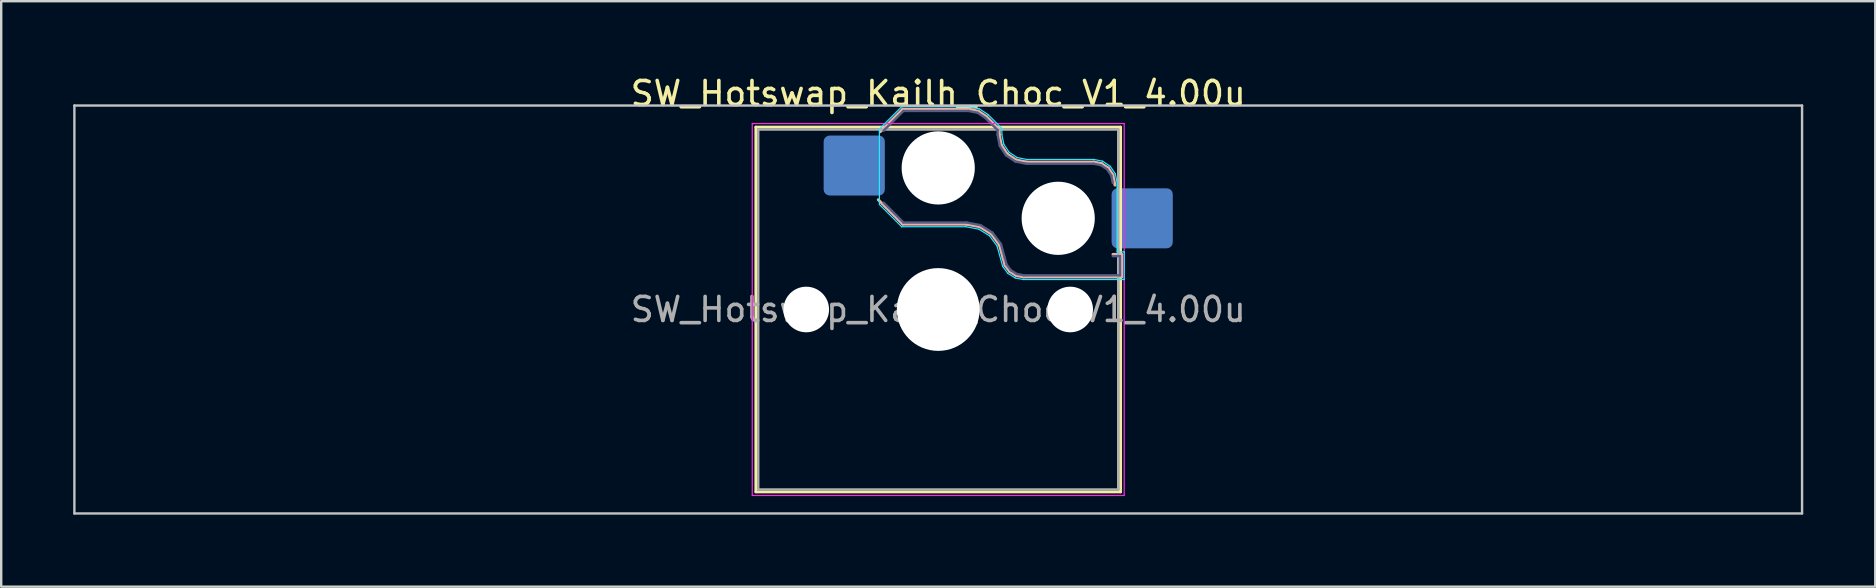
<source format=kicad_pcb>
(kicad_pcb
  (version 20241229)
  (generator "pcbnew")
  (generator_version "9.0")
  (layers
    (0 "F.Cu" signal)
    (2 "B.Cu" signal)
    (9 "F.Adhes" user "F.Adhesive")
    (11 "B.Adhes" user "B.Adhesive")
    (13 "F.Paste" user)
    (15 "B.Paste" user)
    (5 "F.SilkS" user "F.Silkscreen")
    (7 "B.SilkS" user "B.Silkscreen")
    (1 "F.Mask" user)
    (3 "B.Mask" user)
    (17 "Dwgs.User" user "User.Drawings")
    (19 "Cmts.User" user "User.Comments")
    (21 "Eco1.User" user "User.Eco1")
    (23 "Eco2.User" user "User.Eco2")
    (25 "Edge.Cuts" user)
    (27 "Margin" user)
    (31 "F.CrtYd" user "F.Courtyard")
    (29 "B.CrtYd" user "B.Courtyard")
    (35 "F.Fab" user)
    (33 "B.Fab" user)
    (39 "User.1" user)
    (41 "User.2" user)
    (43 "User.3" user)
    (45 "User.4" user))
  (footprint "SW_Hotswap_Kailh_Choc_V1_4.00u"
    (layer "F.Cu")
    (at 36.05 9.848)
    (property "Reference" "SW_Hotswap_Kailh_Choc_V1_4.00u" (at 0 -9 0) (layer "F.SilkS") (effects (font (size 1 1) (thickness 0.15))))
    (attr smd)
    (fp_line (start -7.6 -7.6) (end -7.6 7.6) (stroke (width 0.12) (type solid)) (layer "F.SilkS"))
    (fp_line (start -7.6 7.6) (end 7.6 7.6) (stroke (width 0.12) (type solid)) (layer "F.SilkS"))
    (fp_line (start 7.6 -7.6) (end -7.6 -7.6) (stroke (width 0.12) (type solid)) (layer "F.SilkS"))
    (fp_line (start 7.6 7.6) (end 7.6 -7.6) (stroke (width 0.12) (type solid)) (layer "F.SilkS"))
    (fp_line (start -2.416 -7.409) (end -1.479 -8.346) (stroke (width 0.12) (type solid)) (layer "B.SilkS"))
    (fp_line (start -1.479 -8.346) (end 1.268 -8.346) (stroke (width 0.12) (type solid)) (layer "B.SilkS"))
    (fp_line (start -1.479 -3.554) (end -2.5 -4.575) (stroke (width 0.12) (type solid)) (layer "B.SilkS"))
    (fp_line (start 1.168 -3.554) (end -1.479 -3.554) (stroke (width 0.12) (type solid)) (layer "B.SilkS"))
    (fp_line (start 1.268 -8.346) (end 1.671 -8.266) (stroke (width 0.12) (type solid)) (layer "B.SilkS"))
    (fp_line (start 1.671 -8.266) (end 2.013 -8.037) (stroke (width 0.12) (type solid)) (layer "B.SilkS"))
    (fp_line (start 1.73 -3.449) (end 1.168 -3.554) (stroke (width 0.12) (type solid)) (layer "B.SilkS"))
    (fp_line (start 2.013 -8.037) (end 2.546 -7.504) (stroke (width 0.12) (type solid)) (layer "B.SilkS"))
    (fp_line (start 2.209 -3.15) (end 1.73 -3.449) (stroke (width 0.12) (type solid)) (layer "B.SilkS"))
    (fp_line (start 2.546 -7.504) (end 2.546 -7.282) (stroke (width 0.12) (type solid)) (layer "B.SilkS"))
    (fp_line (start 2.546 -7.282) (end 2.633 -6.844) (stroke (width 0.12) (type solid)) (layer "B.SilkS"))
    (fp_line (start 2.547 -2.697) (end 2.209 -3.15) (stroke (width 0.12) (type solid)) (layer "B.SilkS"))
    (fp_line (start 2.633 -6.844) (end 2.877 -6.477) (stroke (width 0.12) (type solid)) (layer "B.SilkS"))
    (fp_line (start 2.701 -2.139) (end 2.547 -2.697) (stroke (width 0.12) (type solid)) (layer "B.SilkS"))
    (fp_line (start 2.783 -1.841) (end 2.701 -2.139) (stroke (width 0.12) (type solid)) (layer "B.SilkS"))
    (fp_line (start 2.877 -6.477) (end 3.244 -6.233) (stroke (width 0.12) (type solid)) (layer "B.SilkS"))
    (fp_line (start 2.976 -1.583) (end 2.783 -1.841) (stroke (width 0.12) (type solid)) (layer "B.SilkS"))
    (fp_line (start 3.244 -6.233) (end 3.682 -6.146) (stroke (width 0.12) (type solid)) (layer "B.SilkS"))
    (fp_line (start 3.25 -1.413) (end 2.976 -1.583) (stroke (width 0.12) (type solid)) (layer "B.SilkS"))
    (fp_line (start 3.56 -1.354) (end 3.25 -1.413) (stroke (width 0.12) (type solid)) (layer "B.SilkS"))
    (fp_line (start 3.682 -6.146) (end 6.482 -6.146) (stroke (width 0.12) (type solid)) (layer "B.SilkS"))
    (fp_line (start 6.482 -6.146) (end 6.809 -6.081) (stroke (width 0.12) (type solid)) (layer "B.SilkS"))
    (fp_line (start 6.809 -6.081) (end 7.092 -5.892) (stroke (width 0.12) (type solid)) (layer "B.SilkS"))
    (fp_line (start 7.092 -5.892) (end 7.281 -5.609) (stroke (width 0.12) (type solid)) (layer "B.SilkS"))
    (fp_line (start 7.281 -5.609) (end 7.366 -5.182) (stroke (width 0.12) (type solid)) (layer "B.SilkS"))
    (fp_line (start 7.283 -2.296) (end 7.646 -2.296) (stroke (width 0.12) (type solid)) (layer "B.SilkS"))
    (fp_line (start 7.646 -2.296) (end 7.646 -1.354) (stroke (width 0.12) (type solid)) (layer "B.SilkS"))
    (fp_line (start 7.646 -1.354) (end 3.56 -1.354) (stroke (width 0.12) (type solid)) (layer "B.SilkS"))
    (fp_line (start -36 -8.5) (end -36 8.5) (stroke (width 0.1) (type solid)) (layer "Dwgs.User"))
    (fp_line (start -36 8.5) (end 36 8.5) (stroke (width 0.1) (type solid)) (layer "Dwgs.User"))
    (fp_line (start 36 -8.5) (end -36 -8.5) (stroke (width 0.1) (type solid)) (layer "Dwgs.User"))
    (fp_line (start 36 8.5) (end 36 -8.5) (stroke (width 0.1) (type solid)) (layer "Dwgs.User"))
    (fp_line (start -7.25 -7.25) (end -7.25 7.25) (stroke (width 0.1) (type solid)) (layer "Eco1.User"))
    (fp_line (start -7.25 7.25) (end 7.25 7.25) (stroke (width 0.1) (type solid)) (layer "Eco1.User"))
    (fp_line (start 7.25 -7.25) (end -7.25 -7.25) (stroke (width 0.1) (type solid)) (layer "Eco1.User"))
    (fp_line (start 7.25 7.25) (end 7.25 -7.25) (stroke (width 0.1) (type solid)) (layer "Eco1.User"))
    (fp_line (start -2.452 -7.523) (end -1.523 -8.452) (stroke (width 0.05) (type solid)) (layer "B.CrtYd"))
    (fp_line (start -2.452 -4.377) (end -2.452 -7.523) (stroke (width 0.05) (type solid)) (layer "B.CrtYd"))
    (fp_line (start -1.523 -8.452) (end 1.278 -8.452) (stroke (width 0.05) (type solid)) (layer "B.CrtYd"))
    (fp_line (start -1.523 -3.448) (end -2.452 -4.377) (stroke (width 0.05) (type solid)) (layer "B.CrtYd"))
    (fp_line (start 1.159 -3.448) (end -1.523 -3.448) (stroke (width 0.05) (type solid)) (layer "B.CrtYd"))
    (fp_line (start 1.278 -8.452) (end 1.712 -8.366) (stroke (width 0.05) (type solid)) (layer "B.CrtYd"))
    (fp_line (start 1.691 -3.348) (end 1.159 -3.448) (stroke (width 0.05) (type solid)) (layer "B.CrtYd"))
    (fp_line (start 1.712 -8.366) (end 2.081 -8.119) (stroke (width 0.05) (type solid)) (layer "B.CrtYd"))
    (fp_line (start 2.081 -8.119) (end 2.652 -7.548) (stroke (width 0.05) (type solid)) (layer "B.CrtYd"))
    (fp_line (start 2.136 -3.071) (end 1.691 -3.348) (stroke (width 0.05) (type solid)) (layer "B.CrtYd"))
    (fp_line (start 2.45 -2.65) (end 2.136 -3.071) (stroke (width 0.05) (type solid)) (layer "B.CrtYd"))
    (fp_line (start 2.599 -2.111) (end 2.45 -2.65) (stroke (width 0.05) (type solid)) (layer "B.CrtYd"))
    (fp_line (start 2.652 -7.548) (end 2.652 -7.292) (stroke (width 0.05) (type solid)) (layer "B.CrtYd"))
    (fp_line (start 2.652 -7.292) (end 2.733 -6.885) (stroke (width 0.05) (type solid)) (layer "B.CrtYd"))
    (fp_line (start 2.687 -1.794) (end 2.599 -2.111) (stroke (width 0.05) (type solid)) (layer "B.CrtYd"))
    (fp_line (start 2.733 -6.885) (end 2.953 -6.553) (stroke (width 0.05) (type solid)) (layer "B.CrtYd"))
    (fp_line (start 2.903 -1.503) (end 2.687 -1.794) (stroke (width 0.05) (type solid)) (layer "B.CrtYd"))
    (fp_line (start 2.953 -6.553) (end 3.285 -6.333) (stroke (width 0.05) (type solid)) (layer "B.CrtYd"))
    (fp_line (start 3.211 -1.312) (end 2.903 -1.503) (stroke (width 0.05) (type solid)) (layer "B.CrtYd"))
    (fp_line (start 3.285 -6.333) (end 3.692 -6.252) (stroke (width 0.05) (type solid)) (layer "B.CrtYd"))
    (fp_line (start 3.55 -1.248) (end 3.211 -1.312) (stroke (width 0.05) (type solid)) (layer "B.CrtYd"))
    (fp_line (start 3.692 -6.252) (end 6.492 -6.252) (stroke (width 0.05) (type solid)) (layer "B.CrtYd"))
    (fp_line (start 6.492 -6.252) (end 6.85 -6.181) (stroke (width 0.05) (type solid)) (layer "B.CrtYd"))
    (fp_line (start 6.85 -6.181) (end 7.168 -5.968) (stroke (width 0.05) (type solid)) (layer "B.CrtYd"))
    (fp_line (start 7.168 -5.968) (end 7.381 -5.65) (stroke (width 0.05) (type solid)) (layer "B.CrtYd"))
    (fp_line (start 7.381 -5.65) (end 7.452 -5.292) (stroke (width 0.05) (type solid)) (layer "B.CrtYd"))
    (fp_line (start 7.452 -5.292) (end 7.452 -2.402) (stroke (width 0.05) (type solid)) (layer "B.CrtYd"))
    (fp_line (start 7.452 -2.402) (end 7.752 -2.402) (stroke (width 0.05) (type solid)) (layer "B.CrtYd"))
    (fp_line (start 7.752 -2.402) (end 7.752 -1.248) (stroke (width 0.05) (type solid)) (layer "B.CrtYd"))
    (fp_line (start 7.752 -1.248) (end 3.55 -1.248) (stroke (width 0.05) (type solid)) (layer "B.CrtYd"))
    (fp_line (start -7.75 -7.75) (end -7.75 7.75) (stroke (width 0.05) (type solid)) (layer "F.CrtYd"))
    (fp_line (start -7.75 7.75) (end 7.75 7.75) (stroke (width 0.05) (type solid)) (layer "F.CrtYd"))
    (fp_line (start 7.75 -7.75) (end -7.75 -7.75) (stroke (width 0.05) (type solid)) (layer "F.CrtYd"))
    (fp_line (start 7.75 7.75) (end 7.75 -7.75) (stroke (width 0.05) (type solid)) (layer "F.CrtYd"))
    (fp_line (start -2.275 -7.45) (end -1.45 -8.275) (stroke (width 0.1) (type solid)) (layer "B.Fab"))
    (fp_line (start -1.45 -8.275) (end 1.261 -8.275) (stroke (width 0.1) (type solid)) (layer "B.Fab"))
    (fp_line (start -1.45 -3.625) (end -2.275 -4.45) (stroke (width 0.1) (type solid)) (layer "B.Fab"))
    (fp_line (start 1.175 -3.625) (end -1.45 -3.625) (stroke (width 0.1) (type solid)) (layer "B.Fab"))
    (fp_line (start 1.261 -8.275) (end 1.643 -8.199) (stroke (width 0.1) (type solid)) (layer "B.Fab"))
    (fp_line (start 1.643 -8.199) (end 1.968 -7.982) (stroke (width 0.1) (type solid)) (layer "B.Fab"))
    (fp_line (start 1.756 -3.516) (end 1.175 -3.625) (stroke (width 0.1) (type solid)) (layer "B.Fab"))
    (fp_line (start 1.968 -7.982) (end 2.475 -7.475) (stroke (width 0.1) (type solid)) (layer "B.Fab"))
    (fp_line (start 2.258 -3.203) (end 1.756 -3.516) (stroke (width 0.1) (type solid)) (layer "B.Fab"))
    (fp_line (start 2.475 -7.475) (end 2.475 -7.275) (stroke (width 0.1) (type solid)) (layer "B.Fab"))
    (fp_line (start 2.475 -7.275) (end 2.566 -6.816) (stroke (width 0.1) (type solid)) (layer "B.Fab"))
    (fp_line (start 2.566 -6.816) (end 2.826 -6.426) (stroke (width 0.1) (type solid)) (layer "B.Fab"))
    (fp_line (start 2.612 -2.729) (end 2.258 -3.203) (stroke (width 0.1) (type solid)) (layer "B.Fab"))
    (fp_line (start 2.769 -2.158) (end 2.612 -2.729) (stroke (width 0.1) (type solid)) (layer "B.Fab"))
    (fp_line (start 2.826 -6.426) (end 3.216 -6.166) (stroke (width 0.1) (type solid)) (layer "B.Fab"))
    (fp_line (start 2.848 -1.873) (end 2.769 -2.158) (stroke (width 0.1) (type solid)) (layer "B.Fab"))
    (fp_line (start 3.025 -1.636) (end 2.848 -1.873) (stroke (width 0.1) (type solid)) (layer "B.Fab"))
    (fp_line (start 3.216 -6.166) (end 3.675 -6.075) (stroke (width 0.1) (type solid)) (layer "B.Fab"))
    (fp_line (start 3.276 -1.48) (end 3.025 -1.636) (stroke (width 0.1) (type solid)) (layer "B.Fab"))
    (fp_line (start 3.567 -1.425) (end 3.276 -1.48) (stroke (width 0.1) (type solid)) (layer "B.Fab"))
    (fp_line (start 3.675 -6.075) (end 6.475 -6.075) (stroke (width 0.1) (type solid)) (layer "B.Fab"))
    (fp_line (start 6.475 -6.075) (end 6.781 -6.014) (stroke (width 0.1) (type solid)) (layer "B.Fab"))
    (fp_line (start 6.781 -6.014) (end 7.041 -5.841) (stroke (width 0.1) (type solid)) (layer "B.Fab"))
    (fp_line (start 7.041 -5.841) (end 7.214 -5.581) (stroke (width 0.1) (type solid)) (layer "B.Fab"))
    (fp_line (start 7.214 -5.581) (end 7.275 -5.275) (stroke (width 0.1) (type solid)) (layer "B.Fab"))
    (fp_line (start 7.275 -2.225) (end 7.575 -2.225) (stroke (width 0.1) (type solid)) (layer "B.Fab"))
    (fp_line (start 7.575 -2.225) (end 7.575 -1.425) (stroke (width 0.1) (type solid)) (layer "B.Fab"))
    (fp_line (start 7.575 -1.425) (end 3.567 -1.425) (stroke (width 0.1) (type solid)) (layer "B.Fab"))
    (fp_line (start -7.5 -7.5) (end -7.5 7.5) (stroke (width 0.1) (type solid)) (layer "F.Fab"))
    (fp_line (start -7.5 7.5) (end 7.5 7.5) (stroke (width 0.1) (type solid)) (layer "F.Fab"))
    (fp_line (start 7.5 -7.5) (end -7.5 -7.5) (stroke (width 0.1) (type solid)) (layer "F.Fab"))
    (fp_line (start 7.5 7.5) (end 7.5 -7.5) (stroke (width 0.1) (type solid)) (layer "F.Fab"))
    (fp_text user "${REFERENCE}" (at 0 0 0) (layer "F.Fab") (effects (font (size 1 1) (thickness 0.15))))
    (pad "" np_thru_hole circle (at -5.5 0) (size 1.9 1.9) (drill 1.9) (layers "*.Cu" "*.Mask"))
    (pad "" np_thru_hole circle (at 0 -5.9) (size 3.05 3.05) (drill 3.05) (layers "*.Cu" "*.Mask"))
    (pad "" np_thru_hole circle (at 0 0) (size 3.45 3.45) (drill 3.45) (layers "*.Cu" "*.Mask"))
    (pad "" np_thru_hole circle (at 5 -3.8) (size 3.05 3.05) (drill 3.05) (layers "*.Cu" "*.Mask"))
    (pad "" np_thru_hole circle (at 5.5 0) (size 1.9 1.9) (drill 1.9) (layers "*.Cu" "*.Mask"))
    (pad "1" smd roundrect (at -3.5 -6) (size 2.55 2.5) (layers "B.Cu" "B.Mask" "B.Paste") (roundrect_rratio 0.1))
    (pad "2" smd roundrect (at 8.5 -3.8) (size 2.55 2.5) (layers "B.Cu" "B.Mask" "B.Paste") (roundrect_rratio 0.1)))
  (gr_rect
    (start -3 -3)
    (end 75.1 21.398)
    (stroke (width 0.1) (type default))
    (fill no)
    (layer "Edge.Cuts")))
</source>
